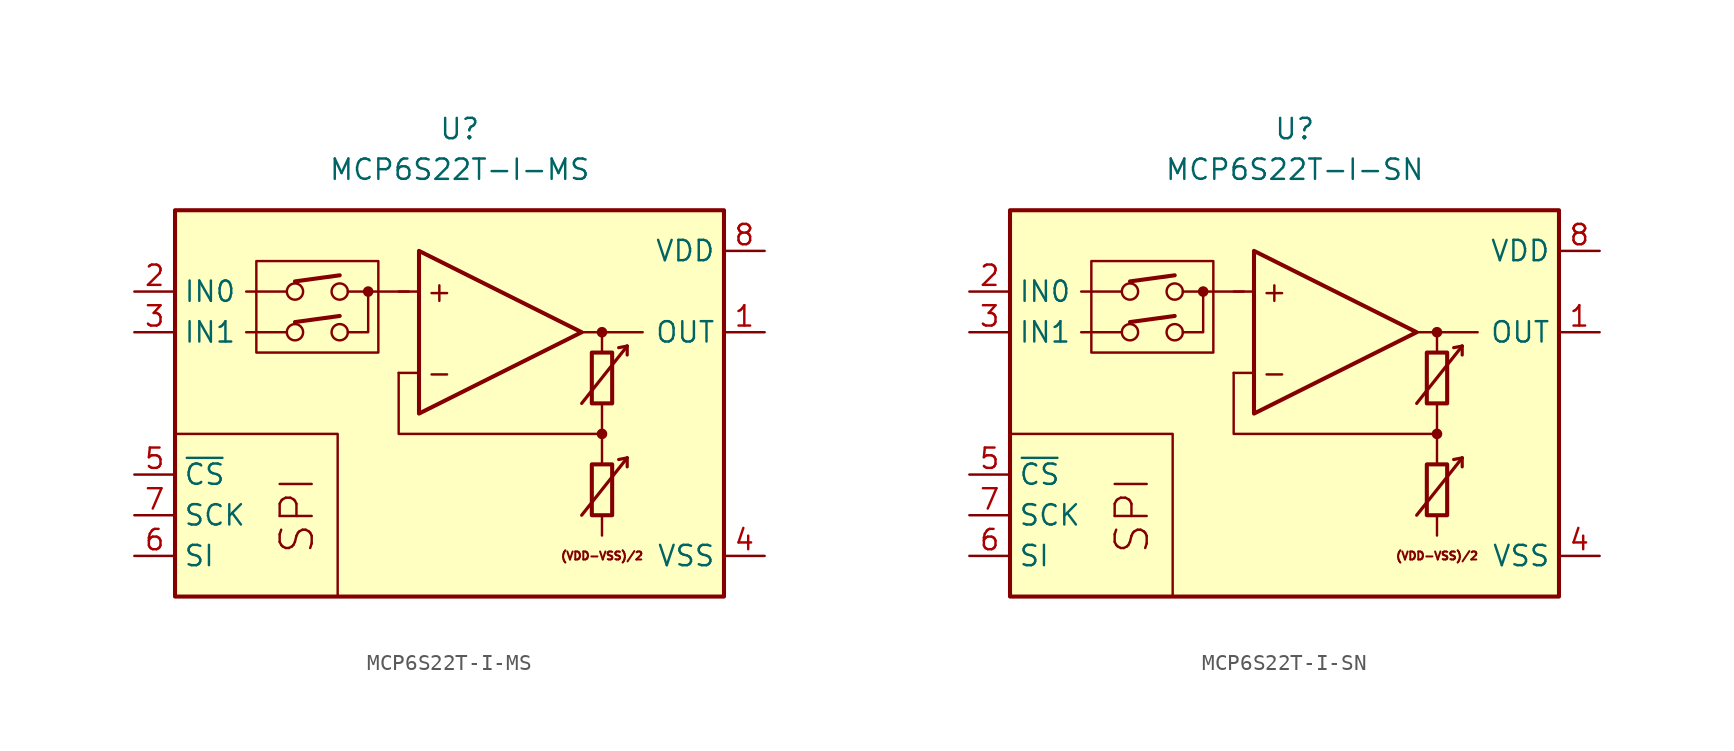
<source format=kicad_sym>
(kicad_symbol_lib
  (version 20211014)
  (generator kicad_symbol_editor)
  (symbol "MCP6S22T-I-MS"
    (property "Reference" "U"
      (at 0 17.78 0)
      (effects (font (size 1.27 1.27))))
    (property "Value" "MCP6S22T-I-MS"
      (at 0 15.24 0)
      (effects (font (size 1.27 1.27))))
    (symbol "MCP6S22T-I-MS_0_0"
      (rectangle (start -17.78 12.7) (end 16.51 -11.43) (stroke (width 0.254) (type default) (color 0 0 0 0)) (fill (type background)))
      (rectangle (start -12.7 9.525) (end -5.08 3.81) (stroke (width 0.152) (type default) (color 0 0 0 0)) (fill (type none)))
      (circle (center -10.287 5.08) (radius 0.508) (stroke (width 0) (type default) (color 0 0 0 0)) (fill (type none)))
      (circle (center -10.287 7.62) (radius 0.508) (stroke (width 0) (type default) (color 0 0 0 0)) (fill (type none)))
      (circle (center -7.493 5.08) (radius 0.508) (stroke (width 0) (type default) (color 0 0 0 0)) (fill (type none)))
      (circle (center -7.493 7.62) (radius 0.508) (stroke (width 0) (type default) (color 0 0 0 0)) (fill (type none)))
      (circle (center -5.715 7.62) (radius 0.254) (stroke (width 0.152) (type default) (color 0 0 0 0)) (fill (type outline)))
      (polyline (pts (xy 8.89 -3.81)) (stroke (width 0.152) (type default) (color 0 0 0 0)) (fill (type none)))
      (polyline (pts (xy 8.89 3.81)) (stroke (width 0.152) (type default) (color 0 0 0 0)) (fill (type none)))
      (polyline (pts (xy -10.795 5.08) (xy -13.335 5.08)) (stroke (width 0.152) (type default) (color 0 0 0 0)) (fill (type none)))
      (polyline (pts (xy -10.795 7.62) (xy -13.335 7.62)) (stroke (width 0.152) (type default) (color 0 0 0 0)) (fill (type none)))
      (polyline (pts (xy -10.287 5.715) (xy -7.493 6.096)) (stroke (width 0.254) (type default) (color 0 0 0 0)) (fill (type none)))
      (polyline (pts (xy -10.287 8.255) (xy -7.493 8.636)) (stroke (width 0.254) (type default) (color 0 0 0 0)) (fill (type none)))
      (polyline (pts (xy -3.175 7.62) (xy -6.985 7.62)) (stroke (width 0.152) (type default) (color 0 0 0 0)) (fill (type none)))
      (polyline (pts (xy -2.54 2.54) (xy -3.81 2.54)) (stroke (width 0.152) (type default) (color 0 0 0 0)) (fill (type none)))
      (polyline (pts (xy -2.54 7.62) (xy -3.81 7.62)) (stroke (width 0.152) (type default) (color 0 0 0 0)) (fill (type none)))
      (polyline (pts (xy 7.62 5.08) (xy 11.43 5.08)) (stroke (width 0.152) (type default) (color 0 0 0 0)) (fill (type none)))
      (polyline (pts (xy 8.89 -6.35) (xy 8.89 -7.62)) (stroke (width 0.152) (type default) (color 0 0 0 0)) (fill (type none)))
      (polyline (pts (xy 8.89 -1.27) (xy 8.89 -3.175)) (stroke (width 0.152) (type default) (color 0 0 0 0)) (fill (type none)))
      (polyline (pts (xy 8.89 0.635) (xy 8.89 -1.27)) (stroke (width 0.152) (type default) (color 0 0 0 0)) (fill (type none)))
      (polyline (pts (xy 8.89 5.08) (xy 8.89 3.81)) (stroke (width 0.152) (type default) (color 0 0 0 0)) (fill (type none)))
      (polyline (pts (xy -7.62 -11.43) (xy -7.62 -1.27) (xy -17.78 -1.27)) (stroke (width 0.152) (type default) (color 0 0 0 0)) (fill (type none)))
      (polyline (pts (xy -6.985 5.08) (xy -5.715 5.08) (xy -5.715 7.62)) (stroke (width 0.152) (type default) (color 0 0 0 0)) (fill (type none)))
      (polyline (pts (xy 8.89 -1.27) (xy -3.81 -1.27) (xy -3.81 2.54)) (stroke (width 0.152) (type default) (color 0 0 0 0)) (fill (type none)))
      (circle (center 8.89 -1.27) (radius 0.254) (stroke (width 0.152) (type default) (color 0 0 0 0)) (fill (type outline)))
      (circle (center 8.89 5.08) (radius 0.254) (stroke (width 0.152) (type default) (color 0 0 0 0)) (fill (type outline)))
      (text "(VDD-VSS)/2" (at 8.89 -8.89 0) (effects (font (size 0.5 0.5))))
      (text "+" (at -1.27 7.62 0) (effects (font (size 1.27 1.27))))
      (text "-" (at -1.27 2.54 0) (effects (font (size 1.27 1.27))))
      (text "SPI" (at -10.16 -6.35 900) (effects (font (size 2 2)))))
    (symbol "MCP6S22T-I-MS_0_1"
      (polyline (pts (xy 10.465 -2.769) (xy 9.931 -2.87)) (stroke (width 0.2) (type default) (color 0 0 0 0)) (fill (type none)))
      (polyline (pts (xy 10.465 -2.769) (xy 10.465 -3.327)) (stroke (width 0.2) (type default) (color 0 0 0 0)) (fill (type none)))
      (polyline (pts (xy 10.465 4.216) (xy 9.931 4.115)) (stroke (width 0.2) (type default) (color 0 0 0 0)) (fill (type none)))
      (polyline (pts (xy 10.465 4.216) (xy 10.465 3.658)) (stroke (width 0.2) (type default) (color 0 0 0 0)) (fill (type none)))
      (polyline (pts (xy -2.54 10.16) (xy -2.54 0) (xy 7.62 5.08) (xy -2.54 10.16)) (stroke (width 0.254) (type default) (color 0 0 0 0)) (fill (type background)))
      (polyline (pts (xy 7.62 -6.35) (xy 10.465 -2.769) (xy 10.465 -2.769) (xy 10.465 -2.769)) (stroke (width 0.2) (type default) (color 0 0 0 0)) (fill (type none)))
      (polyline (pts (xy 7.62 0.635) (xy 10.465 4.216) (xy 10.465 4.216) (xy 10.465 4.216)) (stroke (width 0.2) (type default) (color 0 0 0 0)) (fill (type none)))
      (rectangle (start 8.255 -3.175) (end 9.525 -6.35) (stroke (width 0.254) (type default) (color 0 0 0 0)) (fill (type none)))
      (rectangle (start 8.255 3.81) (end 9.525 0.635) (stroke (width 0.254) (type default) (color 0 0 0 0)) (fill (type none))))
    (symbol "MCP6S22T-I-MS_1_1"
      (pin output line (at 19.05 5.08 180) (length 2.54) (name "OUT" (effects (font (size 1.27 1.27)))) (number "1" (effects (font (size 1.27 1.27)))))
      (pin input line (at -20.32 7.62 0) (length 2.54) (name "IN0" (effects (font (size 1.27 1.27)))) (number "2" (effects (font (size 1.27 1.27)))))
      (pin input line (at -20.32 5.08 0) (length 2.54) (name "IN1" (effects (font (size 1.27 1.27)))) (number "3" (effects (font (size 1.27 1.27)))))
      (pin power_in line (at 19.05 -8.89 180) (length 2.54) (name "VSS" (effects (font (size 1.27 1.27)))) (number "4" (effects (font (size 1.27 1.27)))))
      (pin input line (at -20.32 -3.81 0) (length 2.54) (name "~{CS}" (effects (font (size 1.27 1.27)))) (number "5" (effects (font (size 1.27 1.27)))))
      (pin input line (at -20.32 -8.89 0) (length 2.54) (name "SI" (effects (font (size 1.27 1.27)))) (number "6" (effects (font (size 1.27 1.27)))))
      (pin input line (at -20.32 -6.35 0) (length 2.54) (name "SCK" (effects (font (size 1.27 1.27)))) (number "7" (effects (font (size 1.27 1.27)))))
      (pin power_in line (at 19.05 10.16 180) (length 2.54) (name "VDD" (effects (font (size 1.27 1.27)))) (number "8" (effects (font (size 1.27 1.27)))))))
  (symbol "MCP6S22T-I-SN"
    (property "Reference" "U"
      (at 0 17.78 0)
      (effects (font (size 1.27 1.27))))
    (property "Value" "MCP6S22T-I-SN"
      (at 0 15.24 0)
      (effects (font (size 1.27 1.27))))
    (symbol "MCP6S22T-I-SN_0_0"
      (rectangle (start -17.78 12.7) (end 16.51 -11.43) (stroke (width 0.254) (type default) (color 0 0 0 0)) (fill (type background)))
      (rectangle (start -12.7 9.525) (end -5.08 3.81) (stroke (width 0.152) (type default) (color 0 0 0 0)) (fill (type none)))
      (circle (center -10.287 5.08) (radius 0.508) (stroke (width 0) (type default) (color 0 0 0 0)) (fill (type none)))
      (circle (center -10.287 7.62) (radius 0.508) (stroke (width 0) (type default) (color 0 0 0 0)) (fill (type none)))
      (circle (center -7.493 5.08) (radius 0.508) (stroke (width 0) (type default) (color 0 0 0 0)) (fill (type none)))
      (circle (center -7.493 7.62) (radius 0.508) (stroke (width 0) (type default) (color 0 0 0 0)) (fill (type none)))
      (circle (center -5.715 7.62) (radius 0.254) (stroke (width 0.152) (type default) (color 0 0 0 0)) (fill (type outline)))
      (polyline (pts (xy 8.89 -3.81)) (stroke (width 0.152) (type default) (color 0 0 0 0)) (fill (type none)))
      (polyline (pts (xy 8.89 3.81)) (stroke (width 0.152) (type default) (color 0 0 0 0)) (fill (type none)))
      (polyline (pts (xy -10.795 5.08) (xy -13.335 5.08)) (stroke (width 0.152) (type default) (color 0 0 0 0)) (fill (type none)))
      (polyline (pts (xy -10.795 7.62) (xy -13.335 7.62)) (stroke (width 0.152) (type default) (color 0 0 0 0)) (fill (type none)))
      (polyline (pts (xy -10.287 5.715) (xy -7.493 6.096)) (stroke (width 0.254) (type default) (color 0 0 0 0)) (fill (type none)))
      (polyline (pts (xy -10.287 8.255) (xy -7.493 8.636)) (stroke (width 0.254) (type default) (color 0 0 0 0)) (fill (type none)))
      (polyline (pts (xy -3.175 7.62) (xy -6.985 7.62)) (stroke (width 0.152) (type default) (color 0 0 0 0)) (fill (type none)))
      (polyline (pts (xy -2.54 2.54) (xy -3.81 2.54)) (stroke (width 0.152) (type default) (color 0 0 0 0)) (fill (type none)))
      (polyline (pts (xy -2.54 7.62) (xy -3.81 7.62)) (stroke (width 0.152) (type default) (color 0 0 0 0)) (fill (type none)))
      (polyline (pts (xy 7.62 5.08) (xy 11.43 5.08)) (stroke (width 0.152) (type default) (color 0 0 0 0)) (fill (type none)))
      (polyline (pts (xy 8.89 -6.35) (xy 8.89 -7.62)) (stroke (width 0.152) (type default) (color 0 0 0 0)) (fill (type none)))
      (polyline (pts (xy 8.89 -1.27) (xy 8.89 -3.175)) (stroke (width 0.152) (type default) (color 0 0 0 0)) (fill (type none)))
      (polyline (pts (xy 8.89 0.635) (xy 8.89 -1.27)) (stroke (width 0.152) (type default) (color 0 0 0 0)) (fill (type none)))
      (polyline (pts (xy 8.89 5.08) (xy 8.89 3.81)) (stroke (width 0.152) (type default) (color 0 0 0 0)) (fill (type none)))
      (polyline (pts (xy -7.62 -11.43) (xy -7.62 -1.27) (xy -17.78 -1.27)) (stroke (width 0.152) (type default) (color 0 0 0 0)) (fill (type none)))
      (polyline (pts (xy -6.985 5.08) (xy -5.715 5.08) (xy -5.715 7.62)) (stroke (width 0.152) (type default) (color 0 0 0 0)) (fill (type none)))
      (polyline (pts (xy 8.89 -1.27) (xy -3.81 -1.27) (xy -3.81 2.54)) (stroke (width 0.152) (type default) (color 0 0 0 0)) (fill (type none)))
      (circle (center 8.89 -1.27) (radius 0.254) (stroke (width 0.152) (type default) (color 0 0 0 0)) (fill (type outline)))
      (circle (center 8.89 5.08) (radius 0.254) (stroke (width 0.152) (type default) (color 0 0 0 0)) (fill (type outline)))
      (text "(VDD-VSS)/2" (at 8.89 -8.89 0) (effects (font (size 0.5 0.5))))
      (text "+" (at -1.27 7.62 0) (effects (font (size 1.27 1.27))))
      (text "-" (at -1.27 2.54 0) (effects (font (size 1.27 1.27))))
      (text "SPI" (at -10.16 -6.35 900) (effects (font (size 2 2)))))
    (symbol "MCP6S22T-I-SN_0_1"
      (polyline (pts (xy 10.465 -2.769) (xy 9.931 -2.87)) (stroke (width 0.2) (type default) (color 0 0 0 0)) (fill (type none)))
      (polyline (pts (xy 10.465 -2.769) (xy 10.465 -3.327)) (stroke (width 0.2) (type default) (color 0 0 0 0)) (fill (type none)))
      (polyline (pts (xy 10.465 4.216) (xy 9.931 4.115)) (stroke (width 0.2) (type default) (color 0 0 0 0)) (fill (type none)))
      (polyline (pts (xy 10.465 4.216) (xy 10.465 3.658)) (stroke (width 0.2) (type default) (color 0 0 0 0)) (fill (type none)))
      (polyline (pts (xy -2.54 10.16) (xy -2.54 0) (xy 7.62 5.08) (xy -2.54 10.16)) (stroke (width 0.254) (type default) (color 0 0 0 0)) (fill (type background)))
      (polyline (pts (xy 7.62 -6.35) (xy 10.465 -2.769) (xy 10.465 -2.769) (xy 10.465 -2.769)) (stroke (width 0.2) (type default) (color 0 0 0 0)) (fill (type none)))
      (polyline (pts (xy 7.62 0.635) (xy 10.465 4.216) (xy 10.465 4.216) (xy 10.465 4.216)) (stroke (width 0.2) (type default) (color 0 0 0 0)) (fill (type none)))
      (rectangle (start 8.255 -3.175) (end 9.525 -6.35) (stroke (width 0.254) (type default) (color 0 0 0 0)) (fill (type none)))
      (rectangle (start 8.255 3.81) (end 9.525 0.635) (stroke (width 0.254) (type default) (color 0 0 0 0)) (fill (type none))))
    (symbol "MCP6S22T-I-SN_1_1"
      (pin output line (at 19.05 5.08 180) (length 2.54) (name "OUT" (effects (font (size 1.27 1.27)))) (number "1" (effects (font (size 1.27 1.27)))))
      (pin input line (at -20.32 7.62 0) (length 2.54) (name "IN0" (effects (font (size 1.27 1.27)))) (number "2" (effects (font (size 1.27 1.27)))))
      (pin input line (at -20.32 5.08 0) (length 2.54) (name "IN1" (effects (font (size 1.27 1.27)))) (number "3" (effects (font (size 1.27 1.27)))))
      (pin power_in line (at 19.05 -8.89 180) (length 2.54) (name "VSS" (effects (font (size 1.27 1.27)))) (number "4" (effects (font (size 1.27 1.27)))))
      (pin input line (at -20.32 -3.81 0) (length 2.54) (name "~{CS}" (effects (font (size 1.27 1.27)))) (number "5" (effects (font (size 1.27 1.27)))))
      (pin input line (at -20.32 -8.89 0) (length 2.54) (name "SI" (effects (font (size 1.27 1.27)))) (number "6" (effects (font (size 1.27 1.27)))))
      (pin input line (at -20.32 -6.35 0) (length 2.54) (name "SCK" (effects (font (size 1.27 1.27)))) (number "7" (effects (font (size 1.27 1.27)))))
      (pin power_in line (at 19.05 10.16 180) (length 2.54) (name "VDD" (effects (font (size 1.27 1.27)))) (number "8" (effects (font (size 1.27 1.27))))))))
</source>
